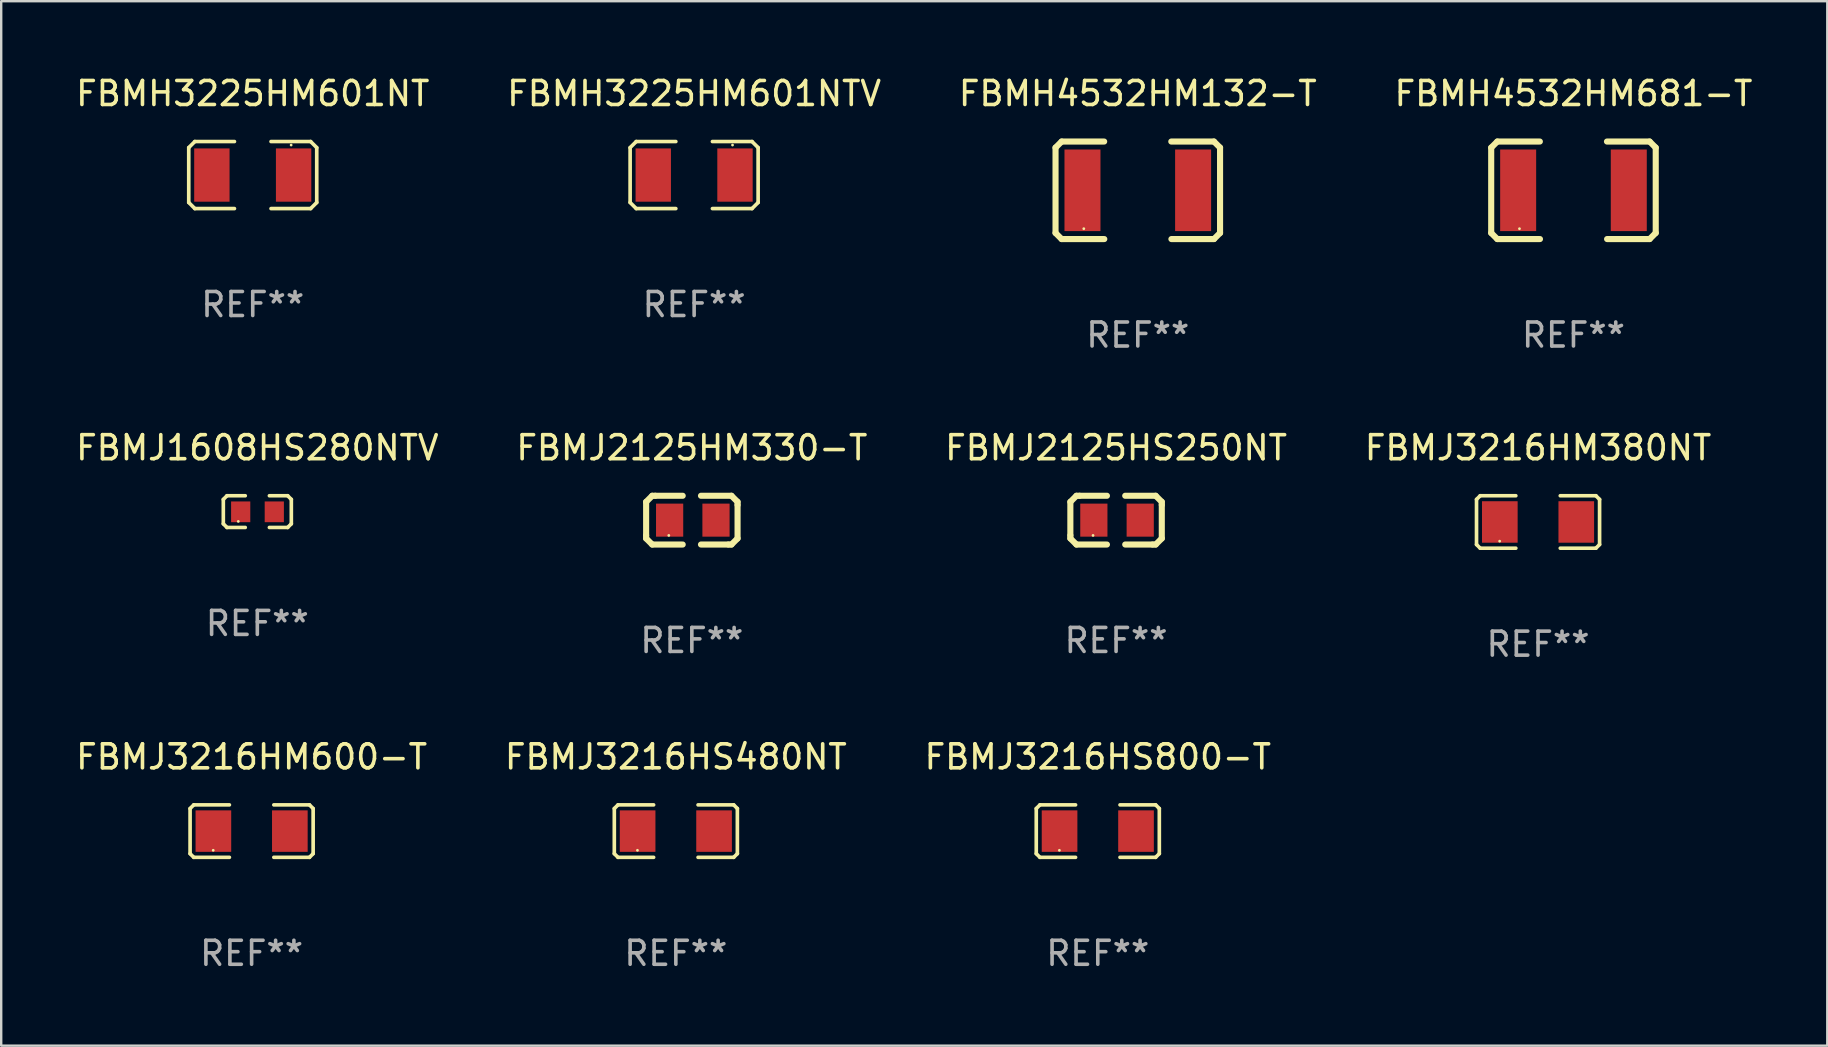
<source format=kicad_pcb>
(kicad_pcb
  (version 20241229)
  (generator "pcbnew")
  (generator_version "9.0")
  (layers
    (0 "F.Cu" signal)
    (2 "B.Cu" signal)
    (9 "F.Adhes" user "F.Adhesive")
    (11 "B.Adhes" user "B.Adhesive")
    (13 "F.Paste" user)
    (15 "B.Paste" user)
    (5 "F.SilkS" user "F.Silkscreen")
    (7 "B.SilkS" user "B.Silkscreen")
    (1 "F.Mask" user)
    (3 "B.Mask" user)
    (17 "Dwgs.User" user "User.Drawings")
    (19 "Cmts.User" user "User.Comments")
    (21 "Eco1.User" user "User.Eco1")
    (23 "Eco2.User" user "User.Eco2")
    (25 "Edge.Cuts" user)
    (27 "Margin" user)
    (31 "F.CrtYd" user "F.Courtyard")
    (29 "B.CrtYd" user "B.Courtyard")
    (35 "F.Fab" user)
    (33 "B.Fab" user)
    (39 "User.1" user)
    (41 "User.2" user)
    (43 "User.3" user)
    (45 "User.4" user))
  (footprint "FBMJ2125HM330-T"
    (layer "F.Cu")
    (at 25.78 18.625)
    (property "Reference" "FBMJ2125HM330-T" (at 0 -3.016 0) (layer "F.SilkS") (effects (font (size 1 1) (thickness 0.15))))
    (attr through_hole)
    (fp_line (start -1.905 -0.762) (end -1.905 0.635) (stroke (width 0.254) (type solid)) (layer "F.SilkS"))
    (fp_line (start -1.905 0.635) (end -1.905 0.762) (stroke (width 0.254) (type solid)) (layer "F.SilkS"))
    (fp_line (start -1.905 0.762) (end -1.651 1.016) (stroke (width 0.254) (type solid)) (layer "F.SilkS"))
    (fp_line (start -1.651 -1.016) (end -1.905 -0.762) (stroke (width 0.254) (type solid)) (layer "F.SilkS"))
    (fp_line (start -1.651 1.016) (end -0.381 1.016) (stroke (width 0.254) (type solid)) (layer "F.SilkS"))
    (fp_line (start -1.524 -1.016) (end -1.651 -1.016) (stroke (width 0.254) (type solid)) (layer "F.SilkS"))
    (fp_line (start -0.381 -1.016) (end -1.524 -1.016) (stroke (width 0.254) (type solid)) (layer "F.SilkS"))
    (fp_line (start 0.381 1.016) (end 1.524 1.016) (stroke (width 0.254) (type solid)) (layer "F.SilkS"))
    (fp_line (start 1.524 1.016) (end 1.651 1.016) (stroke (width 0.254) (type solid)) (layer "F.SilkS"))
    (fp_line (start 1.651 -1.016) (end 0.381 -1.016) (stroke (width 0.254) (type solid)) (layer "F.SilkS"))
    (fp_line (start 1.651 1.016) (end 1.905 0.762) (stroke (width 0.254) (type solid)) (layer "F.SilkS"))
    (fp_line (start 1.905 -0.762) (end 1.651 -1.016) (stroke (width 0.254) (type solid)) (layer "F.SilkS"))
    (fp_line (start 1.905 -0.635) (end 1.905 -0.762) (stroke (width 0.254) (type solid)) (layer "F.SilkS"))
    (fp_line (start 1.905 0.762) (end 1.905 -0.635) (stroke (width 0.254) (type solid)) (layer "F.SilkS"))
    (fp_circle (center -0.96 0.637) (end -0.93 0.637) (stroke (width 0.06) (type solid)) (fill no) (layer "F.SilkS"))
    (fp_text user "REF**" (at 0 5.016 0) (layer "F.Fab") (effects (font (size 1 1) (thickness 0.15))))
    (pad "1" smd rect (at -0.926 -0.000051) (size 1.133 1.377) (layers "F.Cu" "F.Mask" "F.Paste"))
    (pad "2" smd rect (at 1.006 -0.000051) (size 1.133 1.377) (layers "F.Cu" "F.Mask" "F.Paste")))
  (footprint "FBMJ3216HM380NT"
    (layer "F.Cu")
    (at 61.042 18.701)
    (property "Reference" "FBMJ3216HM380NT" (at 0 -3.093 0) (layer "F.SilkS") (effects (font (size 1 1) (thickness 0.15))))
    (attr through_hole)
    (fp_line (start -2.564 -0.94) (end -2.411 -1.093) (stroke (width 0.152) (type solid)) (layer "F.SilkS"))
    (fp_line (start -2.564 0.94) (end -2.564 -0.94) (stroke (width 0.152) (type solid)) (layer "F.SilkS"))
    (fp_line (start -2.411 -1.093) (end -0.926 -1.093) (stroke (width 0.152) (type solid)) (layer "F.SilkS"))
    (fp_line (start -2.411 1.093) (end -2.564 0.94) (stroke (width 0.152) (type solid)) (layer "F.SilkS"))
    (fp_line (start -0.926 1.093) (end -2.411 1.093) (stroke (width 0.152) (type solid)) (layer "F.SilkS"))
    (fp_line (start 0.926 1.093) (end 2.411 1.093) (stroke (width 0.152) (type solid)) (layer "F.SilkS"))
    (fp_line (start 2.411 -1.093) (end 0.926 -1.093) (stroke (width 0.152) (type solid)) (layer "F.SilkS"))
    (fp_line (start 2.411 1.093) (end 2.564 0.94) (stroke (width 0.152) (type solid)) (layer "F.SilkS"))
    (fp_line (start 2.564 -0.94) (end 2.411 -1.093) (stroke (width 0.152) (type solid)) (layer "F.SilkS"))
    (fp_line (start 2.564 0.94) (end 2.564 -0.94) (stroke (width 0.152) (type solid)) (layer "F.SilkS"))
    (fp_circle (center -1.6 0.8) (end -1.57 0.8) (stroke (width 0.06) (type solid)) (fill no) (layer "F.SilkS"))
    (fp_text user "REF**" (at 0 5.093 0) (layer "F.Fab") (effects (font (size 1 1) (thickness 0.15))))
    (pad "1" smd rect (at -1.593 0) (size 1.485 1.728) (layers "F.Cu" "F.Mask" "F.Paste"))
    (pad "2" smd rect (at 1.593 0) (size 1.485 1.728) (layers "F.Cu" "F.Mask" "F.Paste")))
  (footprint "FBMH4532HM681-T"
    (layer "F.Cu")
    (at 62.518 4.88)
    (property "Reference" "FBMH4532HM681-T" (at 0 -4.032 0) (layer "F.SilkS") (effects (font (size 1 1) (thickness 0.15))))
    (attr through_hole)
    (fp_line (start -3.428 -1.778) (end -3.174 -2.032) (stroke (width 0.254) (type solid)) (layer "F.SilkS"))
    (fp_line (start -3.428 1.778) (end -3.428 -1.778) (stroke (width 0.254) (type solid)) (layer "F.SilkS"))
    (fp_line (start -3.174 -2.032) (end -1.401 -2.032) (stroke (width 0.254) (type solid)) (layer "F.SilkS"))
    (fp_line (start -3.174 2.032) (end -3.428 1.778) (stroke (width 0.254) (type solid)) (layer "F.SilkS"))
    (fp_line (start -1.396 2.032) (end -3.174 2.032) (stroke (width 0.254) (type solid)) (layer "F.SilkS"))
    (fp_line (start 1.396 -2.032) (end 3.174 -2.032) (stroke (width 0.254) (type solid)) (layer "F.SilkS"))
    (fp_line (start 3.174 -2.032) (end 3.428 -1.778) (stroke (width 0.254) (type solid)) (layer "F.SilkS"))
    (fp_line (start 3.174 2.032) (end 1.401 2.032) (stroke (width 0.254) (type solid)) (layer "F.SilkS"))
    (fp_line (start 3.428 -1.778) (end 3.428 1.778) (stroke (width 0.254) (type solid)) (layer "F.SilkS"))
    (fp_line (start 3.428 1.778) (end 3.174 2.032) (stroke (width 0.254) (type solid)) (layer "F.SilkS"))
    (fp_circle (center -2.25 1.6) (end -2.22 1.6) (stroke (width 0.06) (type solid)) (fill no) (layer "F.SilkS"))
    (fp_text user "REF**" (at 0 6.032 0) (layer "F.Fab") (effects (font (size 1 1) (thickness 0.15))))
    (pad "1" smd rect (at -2.305 0) (size 1.5 3.4) (layers "F.Cu" "F.Mask" "F.Paste"))
    (pad "2" smd rect (at 2.305 0) (size 1.5 3.4) (layers "F.Cu" "F.Mask" "F.Paste")))
  (footprint "FBMH3225HM601NTV"
    (layer "F.Cu")
    (at 25.875 4.245)
    (property "Reference" "FBMH3225HM601NTV" (at 0 -3.397 0) (layer "F.SilkS") (effects (font (size 1 1) (thickness 0.15))))
    (attr through_hole)
    (fp_line (start -2.667 -1.143) (end -2.413 -1.397) (stroke (width 0.152) (type solid)) (layer "F.SilkS"))
    (fp_line (start -2.667 1.143) (end -2.667 -1.143) (stroke (width 0.152) (type solid)) (layer "F.SilkS"))
    (fp_line (start -2.413 -1.397) (end -0.762 -1.397) (stroke (width 0.152) (type solid)) (layer "F.SilkS"))
    (fp_line (start -2.413 1.397) (end -2.667 1.143) (stroke (width 0.152) (type solid)) (layer "F.SilkS"))
    (fp_line (start -0.762 1.397) (end -2.413 1.397) (stroke (width 0.152) (type solid)) (layer "F.SilkS"))
    (fp_line (start 0.762 -1.397) (end 2.413 -1.397) (stroke (width 0.152) (type solid)) (layer "F.SilkS"))
    (fp_line (start 2.413 -1.397) (end 2.667 -1.143) (stroke (width 0.152) (type solid)) (layer "F.SilkS"))
    (fp_line (start 2.413 1.397) (end 0.762 1.397) (stroke (width 0.152) (type solid)) (layer "F.SilkS"))
    (fp_line (start 2.667 -1.143) (end 2.667 1.143) (stroke (width 0.152) (type solid)) (layer "F.SilkS"))
    (fp_line (start 2.667 1.143) (end 2.413 1.397) (stroke (width 0.152) (type solid)) (layer "F.SilkS"))
    (fp_circle (center 1.6 -1.25) (end 1.63 -1.25) (stroke (width 0.06) (type solid)) (fill no) (layer "F.SilkS"))
    (fp_text user "REF**" (at 0 5.397 0) (layer "F.Fab") (effects (font (size 1 1) (thickness 0.15))))
    (pad "1" smd rect (at 1.703 0) (size 1.474 2.22) (layers "F.Cu" "F.Mask" "F.Paste"))
    (pad "2" smd rect (at -1.703 0) (size 1.474 2.22) (layers "F.Cu" "F.Mask" "F.Paste")))
  (footprint "FBMH3225HM601NT"
    (layer "F.Cu")
    (at 7.482 4.245)
    (property "Reference" "FBMH3225HM601NT" (at 0 -3.397 0) (layer "F.SilkS") (effects (font (size 1 1) (thickness 0.15))))
    (attr through_hole)
    (fp_line (start -2.667 -1.143) (end -2.413 -1.397) (stroke (width 0.152) (type solid)) (layer "F.SilkS"))
    (fp_line (start -2.667 1.143) (end -2.667 -1.143) (stroke (width 0.152) (type solid)) (layer "F.SilkS"))
    (fp_line (start -2.413 -1.397) (end -0.762 -1.397) (stroke (width 0.152) (type solid)) (layer "F.SilkS"))
    (fp_line (start -2.413 1.397) (end -2.667 1.143) (stroke (width 0.152) (type solid)) (layer "F.SilkS"))
    (fp_line (start -0.762 1.397) (end -2.413 1.397) (stroke (width 0.152) (type solid)) (layer "F.SilkS"))
    (fp_line (start 0.762 -1.397) (end 2.413 -1.397) (stroke (width 0.152) (type solid)) (layer "F.SilkS"))
    (fp_line (start 2.413 -1.397) (end 2.667 -1.143) (stroke (width 0.152) (type solid)) (layer "F.SilkS"))
    (fp_line (start 2.413 1.397) (end 0.762 1.397) (stroke (width 0.152) (type solid)) (layer "F.SilkS"))
    (fp_line (start 2.667 -1.143) (end 2.667 1.143) (stroke (width 0.152) (type solid)) (layer "F.SilkS"))
    (fp_line (start 2.667 1.143) (end 2.413 1.397) (stroke (width 0.152) (type solid)) (layer "F.SilkS"))
    (fp_circle (center 1.6 -1.25) (end 1.63 -1.25) (stroke (width 0.06) (type solid)) (fill no) (layer "F.SilkS"))
    (fp_text user "REF**" (at 0 5.397 0) (layer "F.Fab") (effects (font (size 1 1) (thickness 0.15))))
    (pad "1" smd rect (at 1.703 0) (size 1.474 2.22) (layers "F.Cu" "F.Mask" "F.Paste"))
    (pad "2" smd rect (at -1.703 0) (size 1.474 2.22) (layers "F.Cu" "F.Mask" "F.Paste")))
  (footprint "FBMJ3216HM600-T"
    (layer "F.Cu")
    (at 7.435 31.583)
    (property "Reference" "FBMJ3216HM600-T" (at 0 -3.093 0) (layer "F.SilkS") (effects (font (size 1 1) (thickness 0.15))))
    (attr through_hole)
    (fp_line (start -2.564 -0.94) (end -2.411 -1.093) (stroke (width 0.152) (type solid)) (layer "F.SilkS"))
    (fp_line (start -2.564 0.94) (end -2.564 -0.94) (stroke (width 0.152) (type solid)) (layer "F.SilkS"))
    (fp_line (start -2.411 -1.093) (end -0.926 -1.093) (stroke (width 0.152) (type solid)) (layer "F.SilkS"))
    (fp_line (start -2.411 1.093) (end -2.564 0.94) (stroke (width 0.152) (type solid)) (layer "F.SilkS"))
    (fp_line (start -0.926 1.093) (end -2.411 1.093) (stroke (width 0.152) (type solid)) (layer "F.SilkS"))
    (fp_line (start 0.926 1.093) (end 2.411 1.093) (stroke (width 0.152) (type solid)) (layer "F.SilkS"))
    (fp_line (start 2.411 -1.093) (end 0.926 -1.093) (stroke (width 0.152) (type solid)) (layer "F.SilkS"))
    (fp_line (start 2.411 1.093) (end 2.564 0.94) (stroke (width 0.152) (type solid)) (layer "F.SilkS"))
    (fp_line (start 2.564 -0.94) (end 2.411 -1.093) (stroke (width 0.152) (type solid)) (layer "F.SilkS"))
    (fp_line (start 2.564 0.94) (end 2.564 -0.94) (stroke (width 0.152) (type solid)) (layer "F.SilkS"))
    (fp_circle (center -1.6 0.8) (end -1.57 0.8) (stroke (width 0.06) (type solid)) (fill no) (layer "F.SilkS"))
    (fp_text user "REF**" (at 0 5.093 0) (layer "F.Fab") (effects (font (size 1 1) (thickness 0.15))))
    (pad "1" smd rect (at -1.593 0) (size 1.485 1.728) (layers "F.Cu" "F.Mask" "F.Paste"))
    (pad "2" smd rect (at 1.593 0) (size 1.485 1.728) (layers "F.Cu" "F.Mask" "F.Paste")))
  (footprint "FBMH4532HM132-T"
    (layer "F.Cu")
    (at 44.363 4.88)
    (property "Reference" "FBMH4532HM132-T" (at 0 -4.032 0) (layer "F.SilkS") (effects (font (size 1 1) (thickness 0.15))))
    (attr through_hole)
    (fp_line (start -3.428 -1.778) (end -3.174 -2.032) (stroke (width 0.254) (type solid)) (layer "F.SilkS"))
    (fp_line (start -3.428 1.778) (end -3.428 -1.778) (stroke (width 0.254) (type solid)) (layer "F.SilkS"))
    (fp_line (start -3.174 -2.032) (end -1.401 -2.032) (stroke (width 0.254) (type solid)) (layer "F.SilkS"))
    (fp_line (start -3.174 2.032) (end -3.428 1.778) (stroke (width 0.254) (type solid)) (layer "F.SilkS"))
    (fp_line (start -1.396 2.032) (end -3.174 2.032) (stroke (width 0.254) (type solid)) (layer "F.SilkS"))
    (fp_line (start 1.396 -2.032) (end 3.174 -2.032) (stroke (width 0.254) (type solid)) (layer "F.SilkS"))
    (fp_line (start 3.174 -2.032) (end 3.428 -1.778) (stroke (width 0.254) (type solid)) (layer "F.SilkS"))
    (fp_line (start 3.174 2.032) (end 1.401 2.032) (stroke (width 0.254) (type solid)) (layer "F.SilkS"))
    (fp_line (start 3.428 -1.778) (end 3.428 1.778) (stroke (width 0.254) (type solid)) (layer "F.SilkS"))
    (fp_line (start 3.428 1.778) (end 3.174 2.032) (stroke (width 0.254) (type solid)) (layer "F.SilkS"))
    (fp_circle (center -2.25 1.6) (end -2.22 1.6) (stroke (width 0.06) (type solid)) (fill no) (layer "F.SilkS"))
    (fp_text user "REF**" (at 0 6.032 0) (layer "F.Fab") (effects (font (size 1 1) (thickness 0.15))))
    (pad "1" smd rect (at -2.305 0) (size 1.5 3.4) (layers "F.Cu" "F.Mask" "F.Paste"))
    (pad "2" smd rect (at 2.305 0) (size 1.5 3.4) (layers "F.Cu" "F.Mask" "F.Paste")))
  (footprint "FBMJ3216HS480NT"
    (layer "F.Cu")
    (at 25.113 31.583)
    (property "Reference" "FBMJ3216HS480NT" (at 0 -3.093 0) (layer "F.SilkS") (effects (font (size 1 1) (thickness 0.15))))
    (attr through_hole)
    (fp_line (start -2.564 -0.94) (end -2.411 -1.093) (stroke (width 0.152) (type solid)) (layer "F.SilkS"))
    (fp_line (start -2.564 0.94) (end -2.564 -0.94) (stroke (width 0.152) (type solid)) (layer "F.SilkS"))
    (fp_line (start -2.411 -1.093) (end -0.926 -1.093) (stroke (width 0.152) (type solid)) (layer "F.SilkS"))
    (fp_line (start -2.411 1.093) (end -2.564 0.94) (stroke (width 0.152) (type solid)) (layer "F.SilkS"))
    (fp_line (start -0.926 1.093) (end -2.411 1.093) (stroke (width 0.152) (type solid)) (layer "F.SilkS"))
    (fp_line (start 0.926 1.093) (end 2.411 1.093) (stroke (width 0.152) (type solid)) (layer "F.SilkS"))
    (fp_line (start 2.411 -1.093) (end 0.926 -1.093) (stroke (width 0.152) (type solid)) (layer "F.SilkS"))
    (fp_line (start 2.411 1.093) (end 2.564 0.94) (stroke (width 0.152) (type solid)) (layer "F.SilkS"))
    (fp_line (start 2.564 -0.94) (end 2.411 -1.093) (stroke (width 0.152) (type solid)) (layer "F.SilkS"))
    (fp_line (start 2.564 0.94) (end 2.564 -0.94) (stroke (width 0.152) (type solid)) (layer "F.SilkS"))
    (fp_circle (center -1.6 0.8) (end -1.57 0.8) (stroke (width 0.06) (type solid)) (fill no) (layer "F.SilkS"))
    (fp_text user "REF**" (at 0 5.093 0) (layer "F.Fab") (effects (font (size 1 1) (thickness 0.15))))
    (pad "1" smd rect (at -1.593 0) (size 1.485 1.728) (layers "F.Cu" "F.Mask" "F.Paste"))
    (pad "2" smd rect (at 1.593 0) (size 1.485 1.728) (layers "F.Cu" "F.Mask" "F.Paste")))
  (footprint "FBMJ3216HS800-T"
    (layer "F.Cu")
    (at 42.696 31.583)
    (property "Reference" "FBMJ3216HS800-T" (at 0 -3.093 0) (layer "F.SilkS") (effects (font (size 1 1) (thickness 0.15))))
    (attr through_hole)
    (fp_line (start -2.564 -0.94) (end -2.411 -1.093) (stroke (width 0.152) (type solid)) (layer "F.SilkS"))
    (fp_line (start -2.564 0.94) (end -2.564 -0.94) (stroke (width 0.152) (type solid)) (layer "F.SilkS"))
    (fp_line (start -2.411 -1.093) (end -0.926 -1.093) (stroke (width 0.152) (type solid)) (layer "F.SilkS"))
    (fp_line (start -2.411 1.093) (end -2.564 0.94) (stroke (width 0.152) (type solid)) (layer "F.SilkS"))
    (fp_line (start -0.926 1.093) (end -2.411 1.093) (stroke (width 0.152) (type solid)) (layer "F.SilkS"))
    (fp_line (start 0.926 1.093) (end 2.411 1.093) (stroke (width 0.152) (type solid)) (layer "F.SilkS"))
    (fp_line (start 2.411 -1.093) (end 0.926 -1.093) (stroke (width 0.152) (type solid)) (layer "F.SilkS"))
    (fp_line (start 2.411 1.093) (end 2.564 0.94) (stroke (width 0.152) (type solid)) (layer "F.SilkS"))
    (fp_line (start 2.564 -0.94) (end 2.411 -1.093) (stroke (width 0.152) (type solid)) (layer "F.SilkS"))
    (fp_line (start 2.564 0.94) (end 2.564 -0.94) (stroke (width 0.152) (type solid)) (layer "F.SilkS"))
    (fp_circle (center -1.6 0.8) (end -1.57 0.8) (stroke (width 0.06) (type solid)) (fill no) (layer "F.SilkS"))
    (fp_text user "REF**" (at 0 5.093 0) (layer "F.Fab") (effects (font (size 1 1) (thickness 0.15))))
    (pad "1" smd rect (at -1.593 0) (size 1.485 1.728) (layers "F.Cu" "F.Mask" "F.Paste"))
    (pad "2" smd rect (at 1.593 0) (size 1.485 1.728) (layers "F.Cu" "F.Mask" "F.Paste")))
  (footprint "FBMJ2125HS250NT"
    (layer "F.Cu")
    (at 43.458 18.625)
    (property "Reference" "FBMJ2125HS250NT" (at 0 -3.016 0) (layer "F.SilkS") (effects (font (size 1 1) (thickness 0.15))))
    (attr through_hole)
    (fp_line (start -1.905 -0.762) (end -1.905 0.635) (stroke (width 0.254) (type solid)) (layer "F.SilkS"))
    (fp_line (start -1.905 0.635) (end -1.905 0.762) (stroke (width 0.254) (type solid)) (layer "F.SilkS"))
    (fp_line (start -1.905 0.762) (end -1.651 1.016) (stroke (width 0.254) (type solid)) (layer "F.SilkS"))
    (fp_line (start -1.651 -1.016) (end -1.905 -0.762) (stroke (width 0.254) (type solid)) (layer "F.SilkS"))
    (fp_line (start -1.651 1.016) (end -0.381 1.016) (stroke (width 0.254) (type solid)) (layer "F.SilkS"))
    (fp_line (start -1.524 -1.016) (end -1.651 -1.016) (stroke (width 0.254) (type solid)) (layer "F.SilkS"))
    (fp_line (start -0.381 -1.016) (end -1.524 -1.016) (stroke (width 0.254) (type solid)) (layer "F.SilkS"))
    (fp_line (start 0.381 1.016) (end 1.524 1.016) (stroke (width 0.254) (type solid)) (layer "F.SilkS"))
    (fp_line (start 1.524 1.016) (end 1.651 1.016) (stroke (width 0.254) (type solid)) (layer "F.SilkS"))
    (fp_line (start 1.651 -1.016) (end 0.381 -1.016) (stroke (width 0.254) (type solid)) (layer "F.SilkS"))
    (fp_line (start 1.651 1.016) (end 1.905 0.762) (stroke (width 0.254) (type solid)) (layer "F.SilkS"))
    (fp_line (start 1.905 -0.762) (end 1.651 -1.016) (stroke (width 0.254) (type solid)) (layer "F.SilkS"))
    (fp_line (start 1.905 -0.635) (end 1.905 -0.762) (stroke (width 0.254) (type solid)) (layer "F.SilkS"))
    (fp_line (start 1.905 0.762) (end 1.905 -0.635) (stroke (width 0.254) (type solid)) (layer "F.SilkS"))
    (fp_circle (center -0.96 0.637) (end -0.93 0.637) (stroke (width 0.06) (type solid)) (fill no) (layer "F.SilkS"))
    (fp_text user "REF**" (at 0 5.016 0) (layer "F.Fab") (effects (font (size 1 1) (thickness 0.15))))
    (pad "1" smd rect (at -0.926 -0.000051) (size 1.133 1.377) (layers "F.Cu" "F.Mask" "F.Paste"))
    (pad "2" smd rect (at 1.006 -0.000051) (size 1.133 1.377) (layers "F.Cu" "F.Mask" "F.Paste")))
  (footprint "FBMJ1608HS280NTV"
    (layer "F.Cu")
    (at 7.673 18.269)
    (property "Reference" "FBMJ1608HS280NTV" (at 0 -2.661 0) (layer "F.SilkS") (effects (font (size 1 1) (thickness 0.15))))
    (attr through_hole)
    (fp_line (start -1.417 -0.508) (end -1.265 -0.661) (stroke (width 0.152) (type solid)) (layer "F.SilkS"))
    (fp_line (start -1.417 0.508) (end -1.417 -0.508) (stroke (width 0.152) (type solid)) (layer "F.SilkS"))
    (fp_line (start -1.265 -0.661) (end -0.503 -0.661) (stroke (width 0.152) (type solid)) (layer "F.SilkS"))
    (fp_line (start -1.265 0.661) (end -1.417 0.508) (stroke (width 0.152) (type solid)) (layer "F.SilkS"))
    (fp_line (start -1.265 0.661) (end -0.503 0.661) (stroke (width 0.152) (type solid)) (layer "F.SilkS"))
    (fp_line (start 1.265 -0.661) (end 0.503 -0.661) (stroke (width 0.152) (type solid)) (layer "F.SilkS"))
    (fp_line (start 1.265 -0.661) (end 1.417 -0.508) (stroke (width 0.152) (type solid)) (layer "F.SilkS"))
    (fp_line (start 1.265 0.661) (end 0.503 0.661) (stroke (width 0.152) (type solid)) (layer "F.SilkS"))
    (fp_line (start 1.417 -0.508) (end 1.417 0.508) (stroke (width 0.152) (type solid)) (layer "F.SilkS"))
    (fp_line (start 1.417 0.508) (end 1.265 0.661) (stroke (width 0.152) (type solid)) (layer "F.SilkS"))
    (fp_circle (center -0.793 0.409) (end -0.763 0.409) (stroke (width 0.06) (type solid)) (fill no) (layer "F.SilkS"))
    (fp_text user "REF**" (at 0 4.661 0) (layer "F.Fab") (effects (font (size 1 1) (thickness 0.15))))
    (pad "1" smd rect (at -0.693 0.009 180) (size 0.8 0.864) (layers "F.Cu" "F.Mask" "F.Paste"))
    (pad "2" smd rect (at 0.707 0.009 180) (size 0.8 0.864) (layers "F.Cu" "F.Mask" "F.Paste")))
  (gr_rect
    (start -3 -3)
    (end 73.095 40.524)
    (stroke (width 0.1) (type default))
    (fill no)
    (layer "Edge.Cuts")))
</source>
